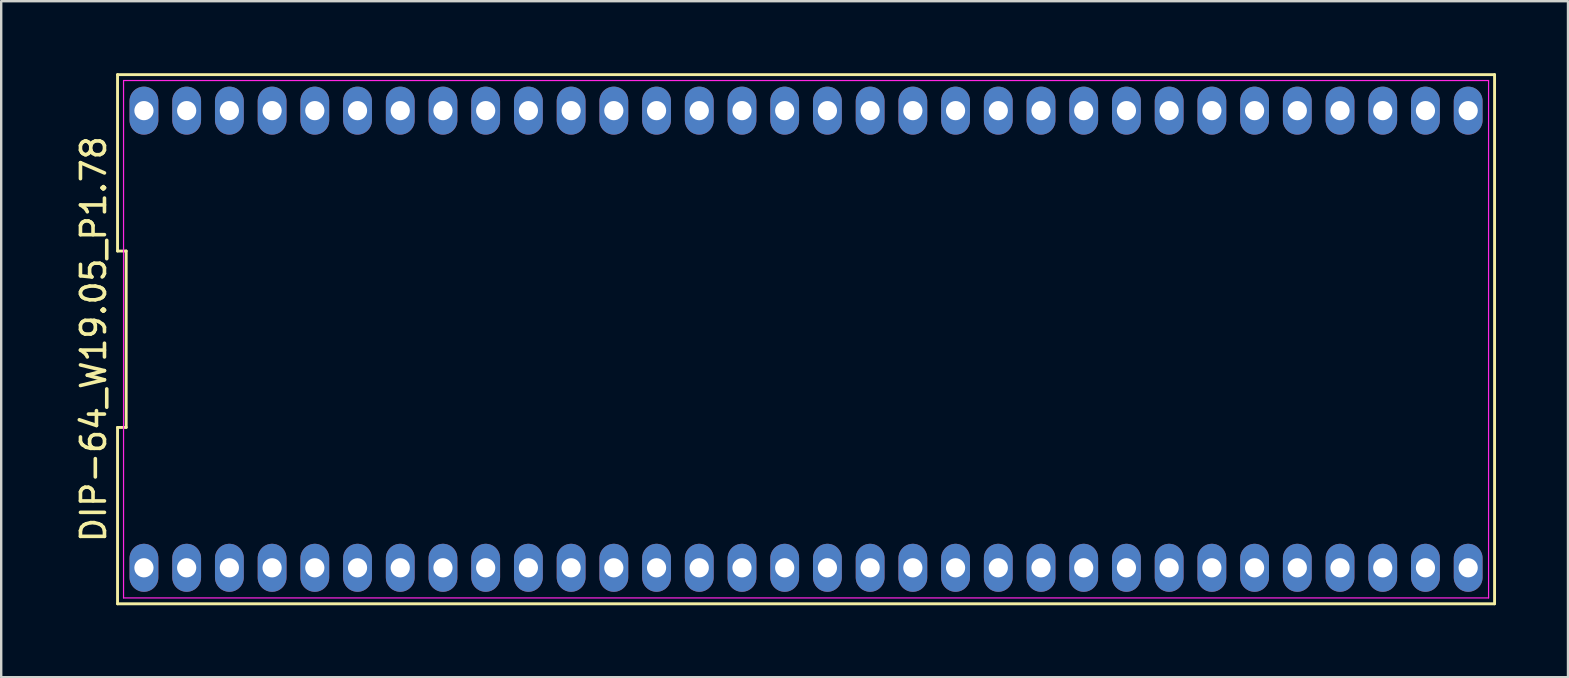
<source format=kicad_pcb>
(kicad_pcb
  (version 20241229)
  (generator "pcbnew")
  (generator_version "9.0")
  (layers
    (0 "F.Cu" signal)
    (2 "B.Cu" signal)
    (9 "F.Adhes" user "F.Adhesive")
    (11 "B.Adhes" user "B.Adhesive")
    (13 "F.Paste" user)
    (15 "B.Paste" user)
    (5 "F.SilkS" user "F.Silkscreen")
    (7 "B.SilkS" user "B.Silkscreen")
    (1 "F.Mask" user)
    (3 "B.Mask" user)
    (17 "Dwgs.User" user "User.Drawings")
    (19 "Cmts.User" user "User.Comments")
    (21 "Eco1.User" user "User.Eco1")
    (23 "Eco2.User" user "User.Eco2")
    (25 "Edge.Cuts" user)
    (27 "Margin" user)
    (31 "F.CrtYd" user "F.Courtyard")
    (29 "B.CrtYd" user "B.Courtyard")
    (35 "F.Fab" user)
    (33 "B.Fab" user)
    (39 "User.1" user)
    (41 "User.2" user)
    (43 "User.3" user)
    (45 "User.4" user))
  (footprint "DIP-64_W19.05_P1.78"
    (layer "F.Cu")
    (at 30.538 11.085)
    (property "Reference" "DIP-64_W19.05_P1.78" (at -29.69 0 90) (layer "F.SilkS") (effects (font (size 1 1) (thickness 0.15))))
    (attr through_hole)
    (fp_line (start -28.69 -11.025) (end -28.69 -3.675) (stroke (width 0.12) (type solid)) (layer "F.SilkS"))
    (fp_line (start -28.69 -3.675) (end -28.33 -3.675) (stroke (width 0.12) (type solid)) (layer "F.SilkS"))
    (fp_line (start -28.69 3.675) (end -28.69 11.025) (stroke (width 0.12) (type solid)) (layer "F.SilkS"))
    (fp_line (start -28.69 11.025) (end 28.69 11.025) (stroke (width 0.12) (type solid)) (layer "F.SilkS"))
    (fp_line (start -28.33 -3.675) (end -28.33 3.675) (stroke (width 0.12) (type solid)) (layer "F.SilkS"))
    (fp_line (start -28.33 3.675) (end -28.69 3.675) (stroke (width 0.12) (type solid)) (layer "F.SilkS"))
    (fp_line (start 28.69 -11.025) (end -28.69 -11.025) (stroke (width 0.12) (type solid)) (layer "F.SilkS"))
    (fp_line (start 28.69 11.025) (end 28.69 -11.025) (stroke (width 0.12) (type solid)) (layer "F.SilkS"))
    (fp_line (start -28.44 -10.78) (end 28.44 -10.78) (stroke (width 0.05) (type solid)) (layer "F.CrtYd"))
    (fp_line (start -28.44 10.78) (end -28.44 -10.78) (stroke (width 0.05) (type solid)) (layer "F.CrtYd"))
    (fp_line (start 28.44 -10.78) (end 28.44 10.78) (stroke (width 0.05) (type solid)) (layer "F.CrtYd"))
    (fp_line (start 28.44 10.78) (end -28.44 10.78) (stroke (width 0.05) (type solid)) (layer "F.CrtYd"))
    (pad "1" thru_hole oval (at -27.59 9.525) (size 1.2 2) (drill 0.8) (layers "*.Cu" "*.Mask"))
    (pad "2" thru_hole oval (at -25.81 9.525) (size 1.2 2) (drill 0.8) (layers "*.Cu" "*.Mask"))
    (pad "3" thru_hole oval (at -24.03 9.525) (size 1.2 2) (drill 0.8) (layers "*.Cu" "*.Mask"))
    (pad "4" thru_hole oval (at -22.25 9.525) (size 1.2 2) (drill 0.8) (layers "*.Cu" "*.Mask"))
    (pad "5" thru_hole oval (at -20.47 9.525) (size 1.2 2) (drill 0.8) (layers "*.Cu" "*.Mask"))
    (pad "6" thru_hole oval (at -18.69 9.525) (size 1.2 2) (drill 0.8) (layers "*.Cu" "*.Mask"))
    (pad "7" thru_hole oval (at -16.91 9.525) (size 1.2 2) (drill 0.8) (layers "*.Cu" "*.Mask"))
    (pad "8" thru_hole oval (at -15.13 9.525) (size 1.2 2) (drill 0.8) (layers "*.Cu" "*.Mask"))
    (pad "9" thru_hole oval (at -13.35 9.525) (size 1.2 2) (drill 0.8) (layers "*.Cu" "*.Mask"))
    (pad "10" thru_hole oval (at -11.57 9.525) (size 1.2 2) (drill 0.8) (layers "*.Cu" "*.Mask"))
    (pad "11" thru_hole oval (at -9.79 9.525) (size 1.2 2) (drill 0.8) (layers "*.Cu" "*.Mask"))
    (pad "12" thru_hole oval (at -8.01 9.525) (size 1.2 2) (drill 0.8) (layers "*.Cu" "*.Mask"))
    (pad "13" thru_hole oval (at -6.23 9.525) (size 1.2 2) (drill 0.8) (layers "*.Cu" "*.Mask"))
    (pad "14" thru_hole oval (at -4.45 9.525) (size 1.2 2) (drill 0.8) (layers "*.Cu" "*.Mask"))
    (pad "15" thru_hole oval (at -2.67 9.525) (size 1.2 2) (drill 0.8) (layers "*.Cu" "*.Mask"))
    (pad "16" thru_hole oval (at -0.89 9.525) (size 1.2 2) (drill 0.8) (layers "*.Cu" "*.Mask"))
    (pad "17" thru_hole oval (at 0.89 9.525) (size 1.2 2) (drill 0.8) (layers "*.Cu" "*.Mask"))
    (pad "18" thru_hole oval (at 2.67 9.525) (size 1.2 2) (drill 0.8) (layers "*.Cu" "*.Mask"))
    (pad "19" thru_hole oval (at 4.45 9.525) (size 1.2 2) (drill 0.8) (layers "*.Cu" "*.Mask"))
    (pad "20" thru_hole oval (at 6.23 9.525) (size 1.2 2) (drill 0.8) (layers "*.Cu" "*.Mask"))
    (pad "21" thru_hole oval (at 8.01 9.525) (size 1.2 2) (drill 0.8) (layers "*.Cu" "*.Mask"))
    (pad "22" thru_hole oval (at 9.79 9.525) (size 1.2 2) (drill 0.8) (layers "*.Cu" "*.Mask"))
    (pad "23" thru_hole oval (at 11.57 9.525) (size 1.2 2) (drill 0.8) (layers "*.Cu" "*.Mask"))
    (pad "24" thru_hole oval (at 13.35 9.525) (size 1.2 2) (drill 0.8) (layers "*.Cu" "*.Mask"))
    (pad "25" thru_hole oval (at 15.13 9.525) (size 1.2 2) (drill 0.8) (layers "*.Cu" "*.Mask"))
    (pad "26" thru_hole oval (at 16.91 9.525) (size 1.2 2) (drill 0.8) (layers "*.Cu" "*.Mask"))
    (pad "27" thru_hole oval (at 18.69 9.525) (size 1.2 2) (drill 0.8) (layers "*.Cu" "*.Mask"))
    (pad "28" thru_hole oval (at 20.47 9.525) (size 1.2 2) (drill 0.8) (layers "*.Cu" "*.Mask"))
    (pad "29" thru_hole oval (at 22.25 9.525) (size 1.2 2) (drill 0.8) (layers "*.Cu" "*.Mask"))
    (pad "30" thru_hole oval (at 24.03 9.525) (size 1.2 2) (drill 0.8) (layers "*.Cu" "*.Mask"))
    (pad "31" thru_hole oval (at 25.81 9.525) (size 1.2 2) (drill 0.8) (layers "*.Cu" "*.Mask"))
    (pad "32" thru_hole oval (at 27.59 9.525) (size 1.2 2) (drill 0.8) (layers "*.Cu" "*.Mask"))
    (pad "33" thru_hole oval (at 27.59 -9.525) (size 1.2 2) (drill 0.8) (layers "*.Cu" "*.Mask"))
    (pad "34" thru_hole oval (at 25.81 -9.525) (size 1.2 2) (drill 0.8) (layers "*.Cu" "*.Mask"))
    (pad "35" thru_hole oval (at 24.03 -9.525) (size 1.2 2) (drill 0.8) (layers "*.Cu" "*.Mask"))
    (pad "36" thru_hole oval (at 22.25 -9.525) (size 1.2 2) (drill 0.8) (layers "*.Cu" "*.Mask"))
    (pad "37" thru_hole oval (at 20.47 -9.525) (size 1.2 2) (drill 0.8) (layers "*.Cu" "*.Mask"))
    (pad "38" thru_hole oval (at 18.69 -9.525) (size 1.2 2) (drill 0.8) (layers "*.Cu" "*.Mask"))
    (pad "39" thru_hole oval (at 16.91 -9.525) (size 1.2 2) (drill 0.8) (layers "*.Cu" "*.Mask"))
    (pad "40" thru_hole oval (at 15.13 -9.525) (size 1.2 2) (drill 0.8) (layers "*.Cu" "*.Mask"))
    (pad "41" thru_hole oval (at 13.35 -9.525) (size 1.2 2) (drill 0.8) (layers "*.Cu" "*.Mask"))
    (pad "42" thru_hole oval (at 11.57 -9.525) (size 1.2 2) (drill 0.8) (layers "*.Cu" "*.Mask"))
    (pad "43" thru_hole oval (at 9.79 -9.525) (size 1.2 2) (drill 0.8) (layers "*.Cu" "*.Mask"))
    (pad "44" thru_hole oval (at 8.01 -9.525) (size 1.2 2) (drill 0.8) (layers "*.Cu" "*.Mask"))
    (pad "45" thru_hole oval (at 6.23 -9.525) (size 1.2 2) (drill 0.8) (layers "*.Cu" "*.Mask"))
    (pad "46" thru_hole oval (at 4.45 -9.525) (size 1.2 2) (drill 0.8) (layers "*.Cu" "*.Mask"))
    (pad "47" thru_hole oval (at 2.67 -9.525) (size 1.2 2) (drill 0.8) (layers "*.Cu" "*.Mask"))
    (pad "48" thru_hole oval (at 0.89 -9.525) (size 1.2 2) (drill 0.8) (layers "*.Cu" "*.Mask"))
    (pad "49" thru_hole oval (at -0.89 -9.525) (size 1.2 2) (drill 0.8) (layers "*.Cu" "*.Mask"))
    (pad "50" thru_hole oval (at -2.67 -9.525) (size 1.2 2) (drill 0.8) (layers "*.Cu" "*.Mask"))
    (pad "51" thru_hole oval (at -4.45 -9.525) (size 1.2 2) (drill 0.8) (layers "*.Cu" "*.Mask"))
    (pad "52" thru_hole oval (at -6.23 -9.525) (size 1.2 2) (drill 0.8) (layers "*.Cu" "*.Mask"))
    (pad "53" thru_hole oval (at -8.01 -9.525) (size 1.2 2) (drill 0.8) (layers "*.Cu" "*.Mask"))
    (pad "54" thru_hole oval (at -9.79 -9.525) (size 1.2 2) (drill 0.8) (layers "*.Cu" "*.Mask"))
    (pad "55" thru_hole oval (at -11.57 -9.525) (size 1.2 2) (drill 0.8) (layers "*.Cu" "*.Mask"))
    (pad "56" thru_hole oval (at -13.35 -9.525) (size 1.2 2) (drill 0.8) (layers "*.Cu" "*.Mask"))
    (pad "57" thru_hole oval (at -15.13 -9.525) (size 1.2 2) (drill 0.8) (layers "*.Cu" "*.Mask"))
    (pad "58" thru_hole oval (at -16.91 -9.525) (size 1.2 2) (drill 0.8) (layers "*.Cu" "*.Mask"))
    (pad "59" thru_hole oval (at -18.69 -9.525) (size 1.2 2) (drill 0.8) (layers "*.Cu" "*.Mask"))
    (pad "60" thru_hole oval (at -20.47 -9.525) (size 1.2 2) (drill 0.8) (layers "*.Cu" "*.Mask"))
    (pad "61" thru_hole oval (at -22.25 -9.525) (size 1.2 2) (drill 0.8) (layers "*.Cu" "*.Mask"))
    (pad "62" thru_hole oval (at -24.03 -9.525) (size 1.2 2) (drill 0.8) (layers "*.Cu" "*.Mask"))
    (pad "63" thru_hole oval (at -25.81 -9.525) (size 1.2 2) (drill 0.8) (layers "*.Cu" "*.Mask"))
    (pad "64" thru_hole oval (at -27.59 -9.525) (size 1.2 2) (drill 0.8) (layers "*.Cu" "*.Mask")))
  (gr_rect
    (start -3 -3)
    (end 62.288 25.17)
    (stroke (width 0.1) (type default))
    (fill no)
    (layer "Edge.Cuts")))
</source>
